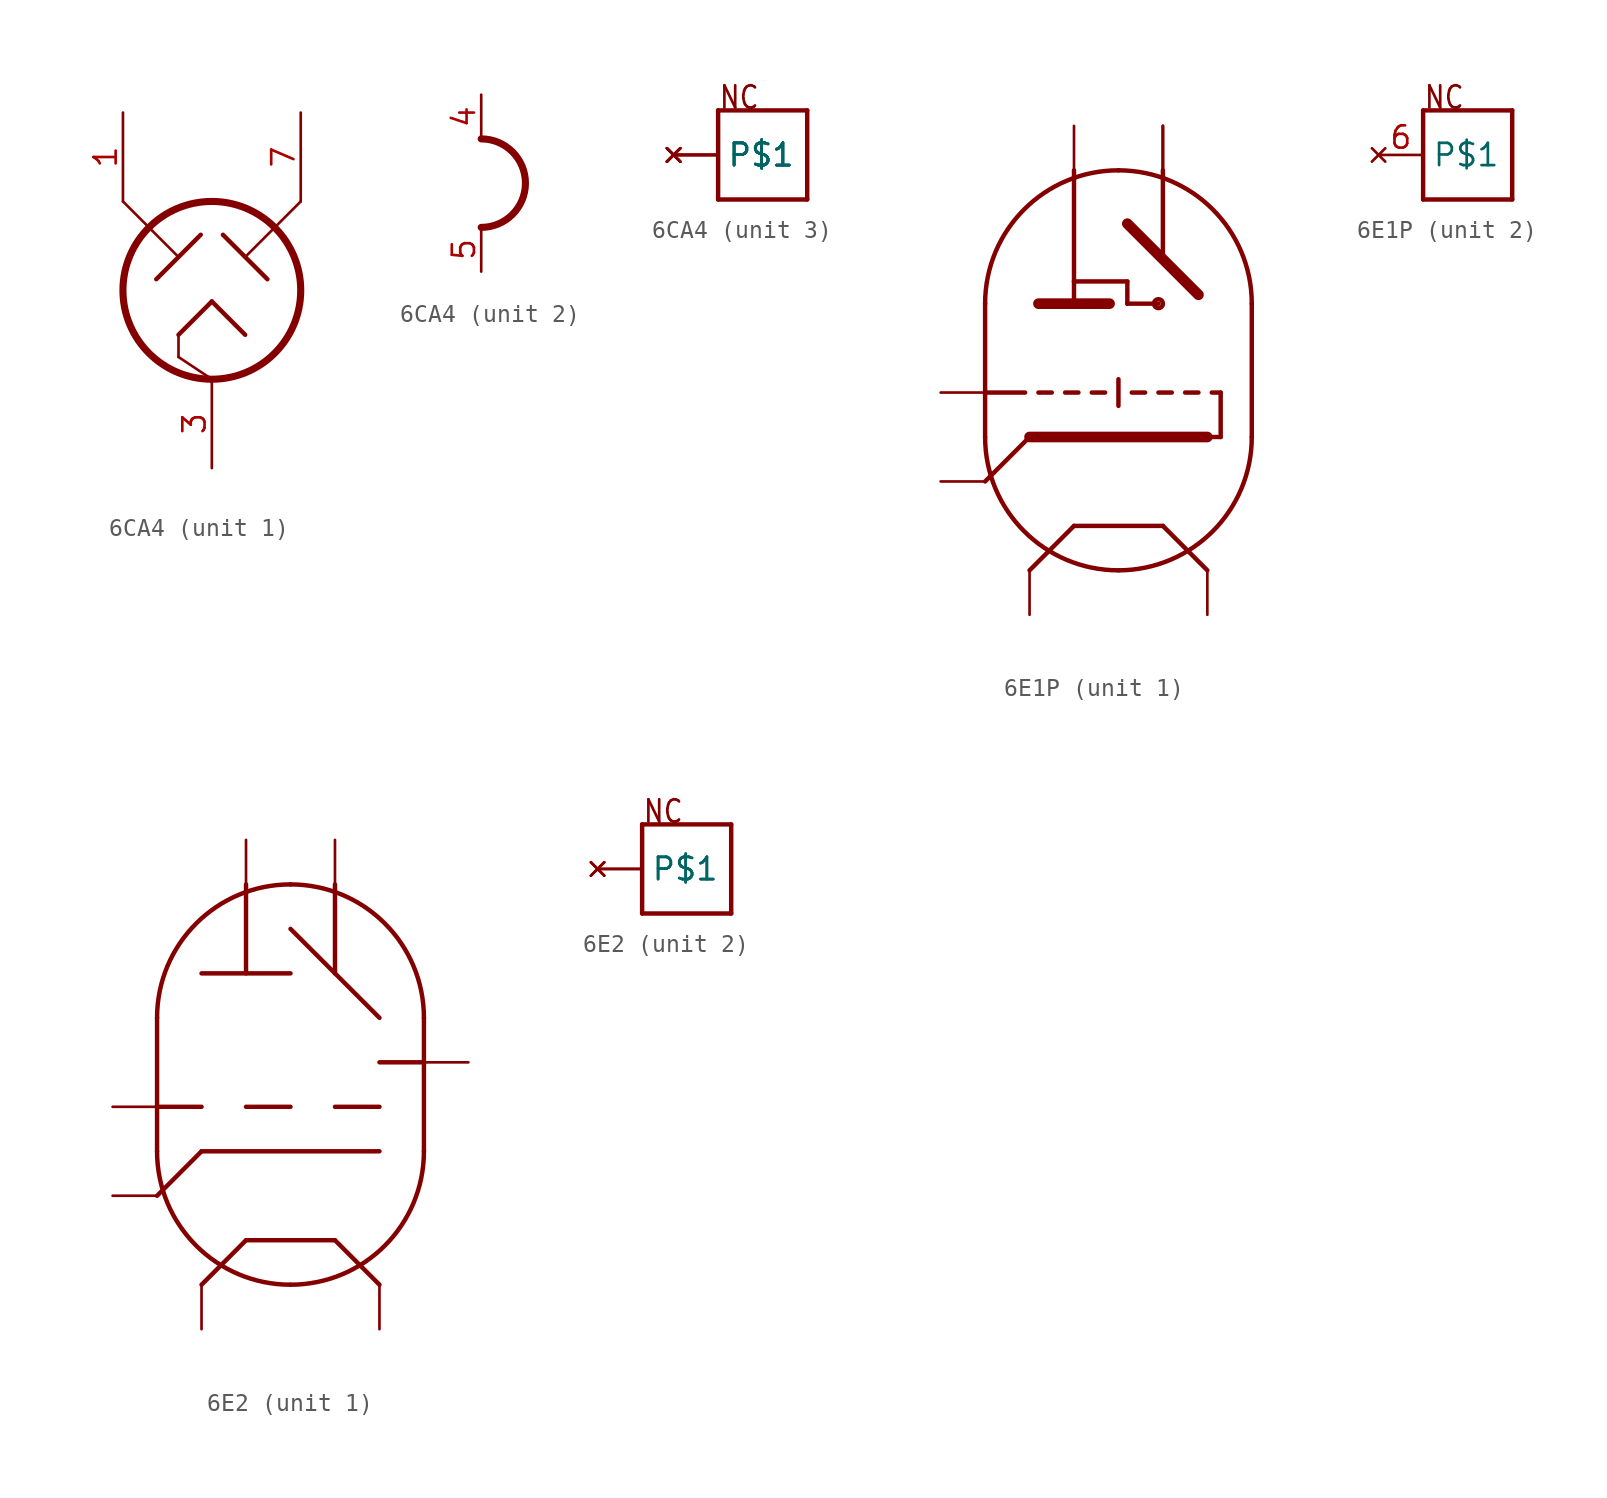
<source format=kicad_sym>
(kicad_symbol_lib
  (version 20231120)
  (generator "kicad_symbol_editor")
  (generator_version "8.0")
  (symbol "6CA4"
    (property "Reference" "U"
      (at 3.302 5.08 0)
      (effects (font (size 1.778 1.511)) (justify left bottom) (hide yes)))
    (property "ki_locked" ""
      (at 0 0 0)
      (effects (font (size 1.27 1.27))))
    (symbol "6CA4_1_0"
      (polyline (pts (xy -5.08 5.08) (xy -1.905 1.905)) (stroke (width 0.152) (type solid)) (fill (type none)))
      (polyline (pts (xy -3.175 0.635) (xy -0.635 3.175)) (stroke (width 0.254) (type solid)) (fill (type none)))
      (polyline (pts (xy -1.905 -3.81) (xy 0 -5.08)) (stroke (width 0.152) (type solid)) (fill (type none)))
      (polyline (pts (xy -1.905 -2.54) (xy -1.905 -3.81)) (stroke (width 0.152) (type solid)) (fill (type none)))
      (polyline (pts (xy -1.905 -2.54) (xy 0 -0.635)) (stroke (width 0.254) (type solid)) (fill (type none)))
      (polyline (pts (xy 0 -0.635) (xy 1.905 -2.54)) (stroke (width 0.254) (type solid)) (fill (type none)))
      (polyline (pts (xy 1.905 1.905) (xy 5.08 5.08)) (stroke (width 0.152) (type solid)) (fill (type none)))
      (polyline (pts (xy 3.175 0.635) (xy 0.635 3.175)) (stroke (width 0.254) (type solid)) (fill (type none)))
      (circle (center 0 0) (radius 5.08) (stroke (width 0.406) (type solid)) (fill (type none)))
      (pin power_in line (at -5.08 10.16 270) (length 5.08) (name "TA1" (effects (font (size 0 0)))) (number "1" (effects (font (size 1.27 1.27)))))
      (pin power_out line (at 0 -10.16 90) (length 5.08) (name "TK" (effects (font (size 0 0)))) (number "3" (effects (font (size 1.27 1.27)))))
      (pin input line (at 5.08 10.16 270) (length 5.08) (name "TA2" (effects (font (size 0 0)))) (number "7" (effects (font (size 1.27 1.27))))))
    (symbol "6CA4_2_0"
      (arc (start 0 2.54) (mid 2.54 5.08) (end 0 7.62) (stroke (width 0.4064) (type solid)) (fill (type none)))
      (pin passive line (at 0 10.16 270) (length 2.54) (name "H1" (effects (font (size 0 0)))) (number "4" (effects (font (size 1.27 1.27)))))
      (pin passive line (at 0 0 90) (length 2.54) (name "H2" (effects (font (size 0 0)))) (number "5" (effects (font (size 1.27 1.27))))))
    (symbol "6CA4_3_0"
      (polyline (pts (xy -2.54 -2.54) (xy 2.54 -2.54)) (stroke (width 0.254) (type solid)) (fill (type none)))
      (polyline (pts (xy -2.54 2.54) (xy -2.54 -2.54)) (stroke (width 0.254) (type solid)) (fill (type none)))
      (polyline (pts (xy 2.54 -2.54) (xy 2.54 2.54)) (stroke (width 0.254) (type solid)) (fill (type none)))
      (polyline (pts (xy 2.54 2.54) (xy -2.54 2.54)) (stroke (width 0.254) (type solid)) (fill (type none)))
      (text "NC" (at -2.54 2.54 0) (effects (font (size 1.27 1.079)) (justify left bottom)))
      (pin no_connect line (at -5.08 0 0) (length 2.54) (name "P$1" (effects (font (size 1.27 1.27)))) (number "2" (effects (font (size 0 0)))))
      (pin no_connect line (at -5.08 0 0) (length 2.54) (name "P$1" (effects (font (size 1.27 1.27)))) (number "6" (effects (font (size 0 0)))))
      (pin no_connect line (at -5.08 0 0) (length 2.54) (name "P$1" (effects (font (size 1.27 1.27)))) (number "8" (effects (font (size 0 0)))))
      (pin no_connect line (at -5.08 0 0) (length 2.54) (name "P$1" (effects (font (size 1.27 1.27)))) (number "9" (effects (font (size 0 0)))))))
  (symbol "6E1P"
    (property "Reference" ""
      (at -12.7 12.7 0)
      (effects (font (size 1.778 1.511)) (justify left bottom) (hide yes)))
    (property "ki_locked" ""
      (at 0 0 0)
      (effects (font (size 1.27 1.27))))
    (symbol "6E1P_1_0"
      (arc (start -7.6201 -2.5399) (mid -5.3882 -7.9281) (end 0 -10.16) (stroke (width 0.254) (type solid)) (fill (type none)))
      (arc (start 0 -10.16) (mid 5.3882 -7.9281) (end 7.6201 -2.5399) (stroke (width 0.254) (type solid)) (fill (type none)))
      (polyline (pts (xy -7.62 -5.08) (xy -5.08 -2.54)) (stroke (width 0.254) (type solid)) (fill (type none)))
      (polyline (pts (xy -7.62 0) (xy -7.62 -2.54)) (stroke (width 0.254) (type solid)) (fill (type none)))
      (polyline (pts (xy -7.62 0) (xy -5.334 0)) (stroke (width 0.254) (type solid)) (fill (type none)))
      (polyline (pts (xy -7.62 5.08) (xy -7.62 0)) (stroke (width 0.254) (type solid)) (fill (type none)))
      (polyline (pts (xy -5.08 -10.16) (xy -2.54 -7.62)) (stroke (width 0.254) (type solid)) (fill (type none)))
      (polyline (pts (xy -5.08 -2.54) (xy 5.08 -2.54)) (stroke (width 0.61) (type solid)) (fill (type none)))
      (polyline (pts (xy -4.572 0) (xy -3.81 0)) (stroke (width 0.254) (type solid)) (fill (type none)))
      (polyline (pts (xy -4.572 5.08) (xy -2.54 5.08)) (stroke (width 0.61) (type solid)) (fill (type none)))
      (polyline (pts (xy -3.048 0) (xy -2.286 0)) (stroke (width 0.254) (type solid)) (fill (type none)))
      (polyline (pts (xy -2.54 -7.62) (xy 2.54 -7.62)) (stroke (width 0.254) (type solid)) (fill (type none)))
      (polyline (pts (xy -2.54 5.08) (xy -2.54 6.35)) (stroke (width 0.254) (type solid)) (fill (type none)))
      (polyline (pts (xy -2.54 5.08) (xy -0.508 5.08)) (stroke (width 0.61) (type solid)) (fill (type none)))
      (polyline (pts (xy -2.54 6.35) (xy -2.54 12.7)) (stroke (width 0.254) (type solid)) (fill (type none)))
      (polyline (pts (xy -2.54 6.35) (xy 0.508 6.35)) (stroke (width 0.254) (type solid)) (fill (type none)))
      (polyline (pts (xy -1.524 0) (xy -0.762 0)) (stroke (width 0.254) (type solid)) (fill (type none)))
      (polyline (pts (xy 0 0.762) (xy 0 -0.762)) (stroke (width 0.254) (type solid)) (fill (type none)))
      (polyline (pts (xy 0.508 5.08) (xy 2.286 5.08)) (stroke (width 0.254) (type solid)) (fill (type none)))
      (polyline (pts (xy 0.508 6.35) (xy 0.508 5.08)) (stroke (width 0.254) (type solid)) (fill (type none)))
      (polyline (pts (xy 0.508 9.652) (xy 4.572 5.588)) (stroke (width 0.61) (type solid)) (fill (type none)))
      (polyline (pts (xy 0.762 0) (xy 1.524 0)) (stroke (width 0.254) (type solid)) (fill (type none)))
      (polyline (pts (xy 2.286 0) (xy 3.048 0)) (stroke (width 0.254) (type solid)) (fill (type none)))
      (polyline (pts (xy 2.54 -7.62) (xy 5.08 -10.16)) (stroke (width 0.254) (type solid)) (fill (type none)))
      (polyline (pts (xy 2.54 12.7) (xy 2.54 7.62)) (stroke (width 0.254) (type solid)) (fill (type none)))
      (polyline (pts (xy 3.81 0) (xy 4.572 0)) (stroke (width 0.254) (type solid)) (fill (type none)))
      (polyline (pts (xy 5.08 -2.54) (xy 5.842 -2.54)) (stroke (width 0.254) (type solid)) (fill (type none)))
      (polyline (pts (xy 5.842 -2.54) (xy 5.842 0)) (stroke (width 0.254) (type solid)) (fill (type none)))
      (polyline (pts (xy 5.842 0) (xy 5.334 0)) (stroke (width 0.254) (type solid)) (fill (type none)))
      (polyline (pts (xy 7.62 5.08) (xy 7.62 -2.54)) (stroke (width 0.254) (type solid)) (fill (type none)))
      (arc (start 0.0001 12.6999) (mid -5.3881 10.4681) (end -7.62 5.08) (stroke (width 0.254) (type solid)) (fill (type none)))
      (circle (center 2.286 5.08) (radius 0.254) (stroke (width 0.254) (type solid)) (fill (type none)))
      (arc (start 7.62 5.08) (mid 5.3881 10.4681) (end -0.0001 12.6999) (stroke (width 0.254) (type solid)) (fill (type none)))
      (pin input line (at -10.16 0 0) (length 2.54) (name "G" (effects (font (size 0 0)))) (number "1" (effects (font (size 0 0)))))
      (pin input line (at -10.16 -5.08 0) (length 2.54) (name "K" (effects (font (size 0 0)))) (number "2" (effects (font (size 0 0)))))
      (pin input line (at 2.54 15.24 270) (length 2.54) (name "PA" (effects (font (size 0 0)))) (number "3" (effects (font (size 0 0)))))
      (pin output line (at -5.08 -12.7 90) (length 2.54) (name "FIL2" (effects (font (size 0 0)))) (number "4" (effects (font (size 0 0)))))
      (pin input line (at 5.08 -12.7 90) (length 2.54) (name "FIL1" (effects (font (size 0 0)))) (number "5" (effects (font (size 0 0)))))
      (pin input line (at -2.54 15.24 270) (length 2.54) (name "A" (effects (font (size 0 0)))) (number "7" (effects (font (size 0 0)))))
      (pin input line (at 2.54 15.24 270) (length 2.54) (name "PA" (effects (font (size 0 0)))) (number "8" (effects (font (size 0 0)))))
      (pin input line (at 2.54 15.24 270) (length 2.54) (name "PA" (effects (font (size 0 0)))) (number "9" (effects (font (size 0 0))))))
    (symbol "6E1P_2_0"
      (polyline (pts (xy -2.54 -2.54) (xy 2.54 -2.54)) (stroke (width 0.254) (type solid)) (fill (type none)))
      (polyline (pts (xy -2.54 2.54) (xy -2.54 -2.54)) (stroke (width 0.254) (type solid)) (fill (type none)))
      (polyline (pts (xy 2.54 -2.54) (xy 2.54 2.54)) (stroke (width 0.254) (type solid)) (fill (type none)))
      (polyline (pts (xy 2.54 2.54) (xy -2.54 2.54)) (stroke (width 0.254) (type solid)) (fill (type none)))
      (text "NC" (at -2.54 2.54 0) (effects (font (size 1.27 1.079)) (justify left bottom)))
      (pin no_connect line (at -5.08 0 0) (length 2.54) (name "P$1" (effects (font (size 1.27 1.27)))) (number "6" (effects (font (size 1.27 1.27)))))))
  (symbol "6E2"
    (property "Reference" ""
      (at -7.62 7.62 0)
      (effects (font (size 1.778 1.511)) (justify left bottom) (hide yes)))
    (property "ki_locked" ""
      (at 0 0 0)
      (effects (font (size 1.27 1.27))))
    (symbol "6E2_1_0"
      (arc (start -2.54 -7.62) (mid -0.3082 -13.0082) (end 5.08 -15.24) (stroke (width 0.254) (type solid)) (fill (type none)))
      (polyline (pts (xy -2.54 -10.16) (xy 0 -7.62)) (stroke (width 0.254) (type solid)) (fill (type none)))
      (polyline (pts (xy -2.54 -5.08) (xy 0 -5.08)) (stroke (width 0.254) (type solid)) (fill (type none)))
      (polyline (pts (xy -2.54 0) (xy -2.54 -7.62)) (stroke (width 0.254) (type solid)) (fill (type none)))
      (polyline (pts (xy 0 -15.24) (xy 2.54 -12.7)) (stroke (width 0.254) (type solid)) (fill (type none)))
      (polyline (pts (xy 0 -7.62) (xy 10.16 -7.62)) (stroke (width 0.254) (type solid)) (fill (type none)))
      (polyline (pts (xy 0 2.54) (xy 5.08 2.54)) (stroke (width 0.254) (type solid)) (fill (type none)))
      (polyline (pts (xy 2.54 -12.7) (xy 7.62 -12.7)) (stroke (width 0.254) (type solid)) (fill (type none)))
      (polyline (pts (xy 2.54 -5.08) (xy 5.08 -5.08)) (stroke (width 0.254) (type solid)) (fill (type none)))
      (polyline (pts (xy 2.54 2.54) (xy 2.54 7.62)) (stroke (width 0.254) (type solid)) (fill (type none)))
      (polyline (pts (xy 5.08 5.08) (xy 10.16 0)) (stroke (width 0.254) (type solid)) (fill (type none)))
      (polyline (pts (xy 7.62 -12.7) (xy 10.16 -15.24)) (stroke (width 0.254) (type solid)) (fill (type none)))
      (polyline (pts (xy 7.62 -5.08) (xy 10.16 -5.08)) (stroke (width 0.254) (type solid)) (fill (type none)))
      (polyline (pts (xy 7.62 7.62) (xy 7.62 2.54)) (stroke (width 0.254) (type solid)) (fill (type none)))
      (polyline (pts (xy 12.7 -2.54) (xy 10.16 -2.54)) (stroke (width 0.254) (type solid)) (fill (type none)))
      (polyline (pts (xy 12.7 -2.54) (xy 12.7 -7.62)) (stroke (width 0.254) (type solid)) (fill (type none)))
      (polyline (pts (xy 12.7 0) (xy 12.7 -2.54)) (stroke (width 0.254) (type solid)) (fill (type none)))
      (arc (start 5.08 -15.24) (mid 10.4681 -13.0081) (end 12.6999 -7.6199) (stroke (width 0.254) (type solid)) (fill (type none)))
      (arc (start 5.08 7.62) (mid -0.3082 5.3882) (end -2.54 0) (stroke (width 0.254) (type solid)) (fill (type none)))
      (arc (start 12.7 0) (mid 10.4681 5.3882) (end 5.0799 7.6201) (stroke (width 0.254) (type solid)) (fill (type none)))
      (pin input line (at -5.08 -5.08 0) (length 2.54) (name "P$1" (effects (font (size 0 0)))) (number "1" (effects (font (size 0 0)))))
      (pin input line (at -5.08 -10.16 0) (length 2.54) (name "P$2" (effects (font (size 0 0)))) (number "3" (effects (font (size 0 0)))))
      (pin output line (at 0 -17.78 90) (length 2.54) (name "P$3" (effects (font (size 0 0)))) (number "4" (effects (font (size 0 0)))))
      (pin input line (at 10.16 -17.78 90) (length 2.54) (name "P$4" (effects (font (size 0 0)))) (number "5" (effects (font (size 0 0)))))
      (pin input line (at 7.62 10.16 270) (length 2.54) (name "P$6" (effects (font (size 0 0)))) (number "6" (effects (font (size 0 0)))))
      (pin input line (at 15.24 -2.54 180) (length 2.54) (name "P$5" (effects (font (size 0 0)))) (number "7" (effects (font (size 0 0)))))
      (pin input line (at 2.54 10.16 270) (length 2.54) (name "P$7" (effects (font (size 0 0)))) (number "9" (effects (font (size 0 0))))))
    (symbol "6E2_2_0"
      (polyline (pts (xy -2.54 -2.54) (xy 2.54 -2.54)) (stroke (width 0.254) (type solid)) (fill (type none)))
      (polyline (pts (xy -2.54 2.54) (xy -2.54 -2.54)) (stroke (width 0.254) (type solid)) (fill (type none)))
      (polyline (pts (xy 2.54 -2.54) (xy 2.54 2.54)) (stroke (width 0.254) (type solid)) (fill (type none)))
      (polyline (pts (xy 2.54 2.54) (xy -2.54 2.54)) (stroke (width 0.254) (type solid)) (fill (type none)))
      (text "NC" (at -2.54 2.54 0) (effects (font (size 1.27 1.079)) (justify left bottom)))
      (pin no_connect line (at -5.08 0 0) (length 2.54) (name "P$1" (effects (font (size 1.27 1.27)))) (number "2" (effects (font (size 0 0)))))
      (pin no_connect line (at -5.08 0 0) (length 2.54) (name "P$1" (effects (font (size 1.27 1.27)))) (number "8" (effects (font (size 0 0))))))))
</source>
